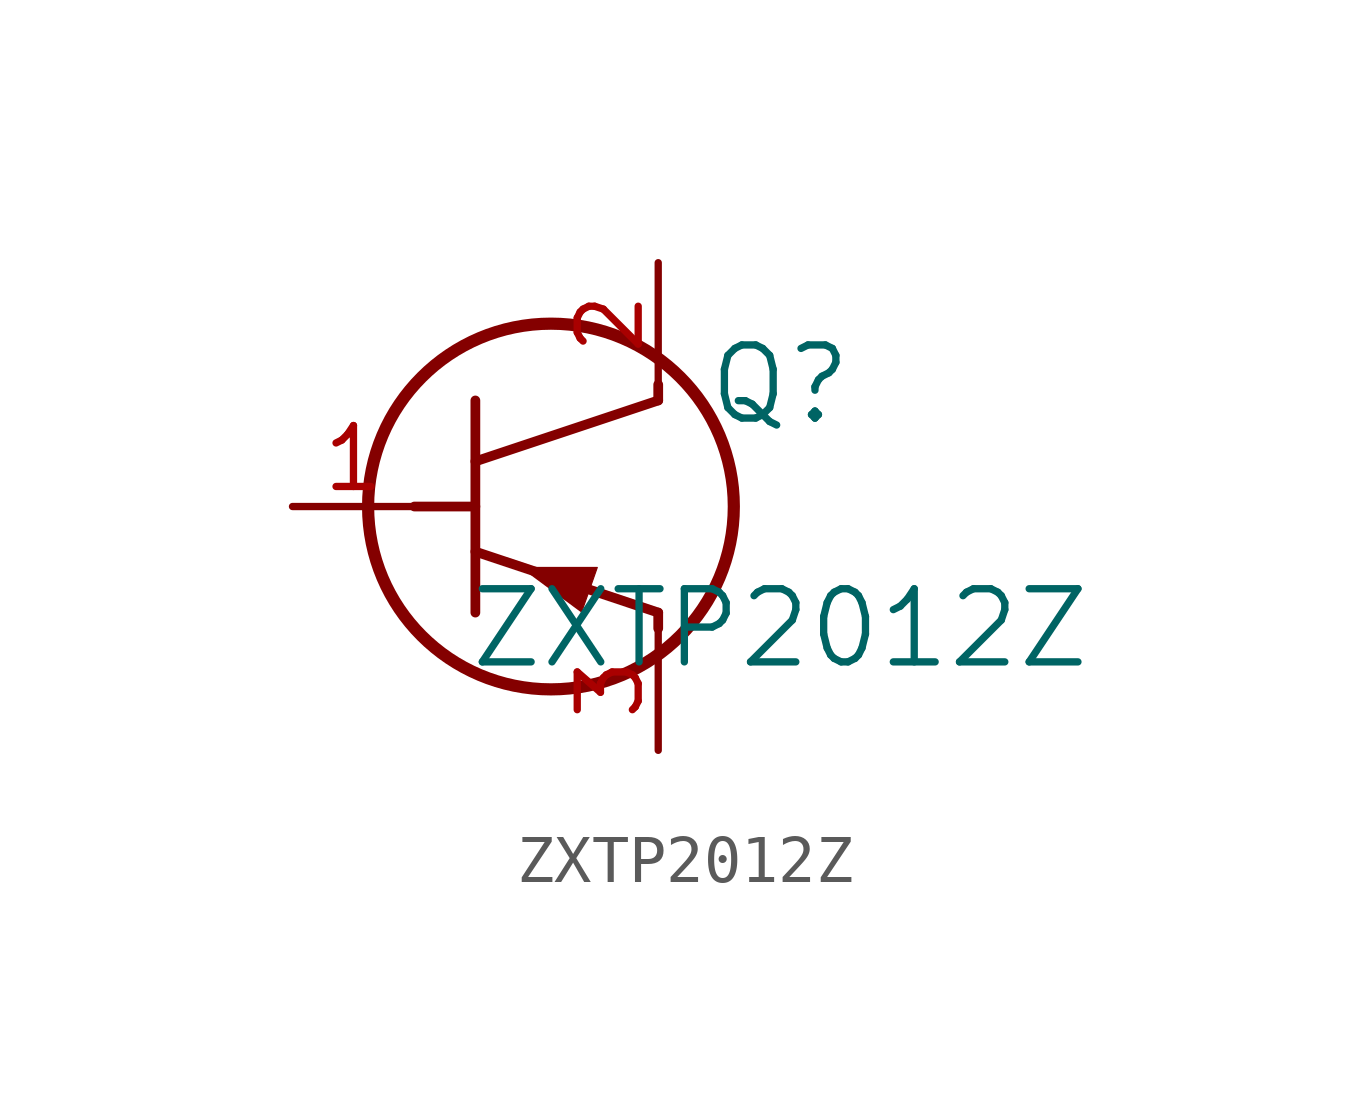
<source format=kicad_sym>
(kicad_symbol_lib
  (version 20211014)
  (generator kicad_symbol_editor)
  (symbol "ZXTP2012Z"
    (pin_names
      (offset 0.254))
    (property "Reference" "Q"
      (at 10.16 2.54 0)
      (effects (font (size 1.524 1.524))))
    (property "Value" "ZXTP2012Z"
      (at 10.16 -2.54 0)
      (effects (font (size 1.524 1.524))))
    (symbol "ZXTP2012Z_0_1"
      (circle (center 5.385 0) (radius 3.81) (stroke (width 0.254) (type default) (color 0 0 0 0)) (fill (type none)))
      (polyline (pts (xy 3.81 -2.21) (xy 3.81 2.21)) (stroke (width 0.203) (type default) (color 0 0 0 0)) (fill (type none)))
      (polyline (pts (xy 3.81 0.94) (xy 7.62 2.21)) (stroke (width 0.203) (type default) (color 0 0 0 0)) (fill (type none)))
      (polyline (pts (xy 3.81 -0.94) (xy 7.62 -2.21)) (stroke (width 0.203) (type default) (color 0 0 0 0)) (fill (type none)))
      (polyline (pts (xy 7.62 -2.54) (xy 7.62 -2.21)) (stroke (width 0.203) (type default) (color 0 0 0 0)) (fill (type none)))
      (polyline (pts (xy 7.62 2.21) (xy 7.62 2.54)) (stroke (width 0.203) (type default) (color 0 0 0 0)) (fill (type none)))
      (polyline (pts (xy 2.54 0) (xy 3.81 0)) (stroke (width 0.203) (type default) (color 0 0 0 0)) (fill (type none)))
      (polyline (pts (xy 6.02 -2.21) (xy 6.35 -1.27) (xy 4.75 -1.27)) (stroke (width 0.025) (type default) (color 0 0 0 0)) (fill (type outline)))
      (pin unspecified line (at 0 0 0) (length 2.54) (name "" (effects (font (size 1.27 1.27)))) (number "1" (effects (font (size 1.27 1.27)))))
      (pin unspecified line (at 7.62 5.08 270) (length 2.54) (name "" (effects (font (size 1.27 1.27)))) (number "2" (effects (font (size 1.27 1.27)))))
      (pin unspecified line (at 7.62 -5.08 90) (length 2.54) (name "" (effects (font (size 1.27 1.27)))) (number "3" (effects (font (size 1.27 1.27))))))))
</source>
